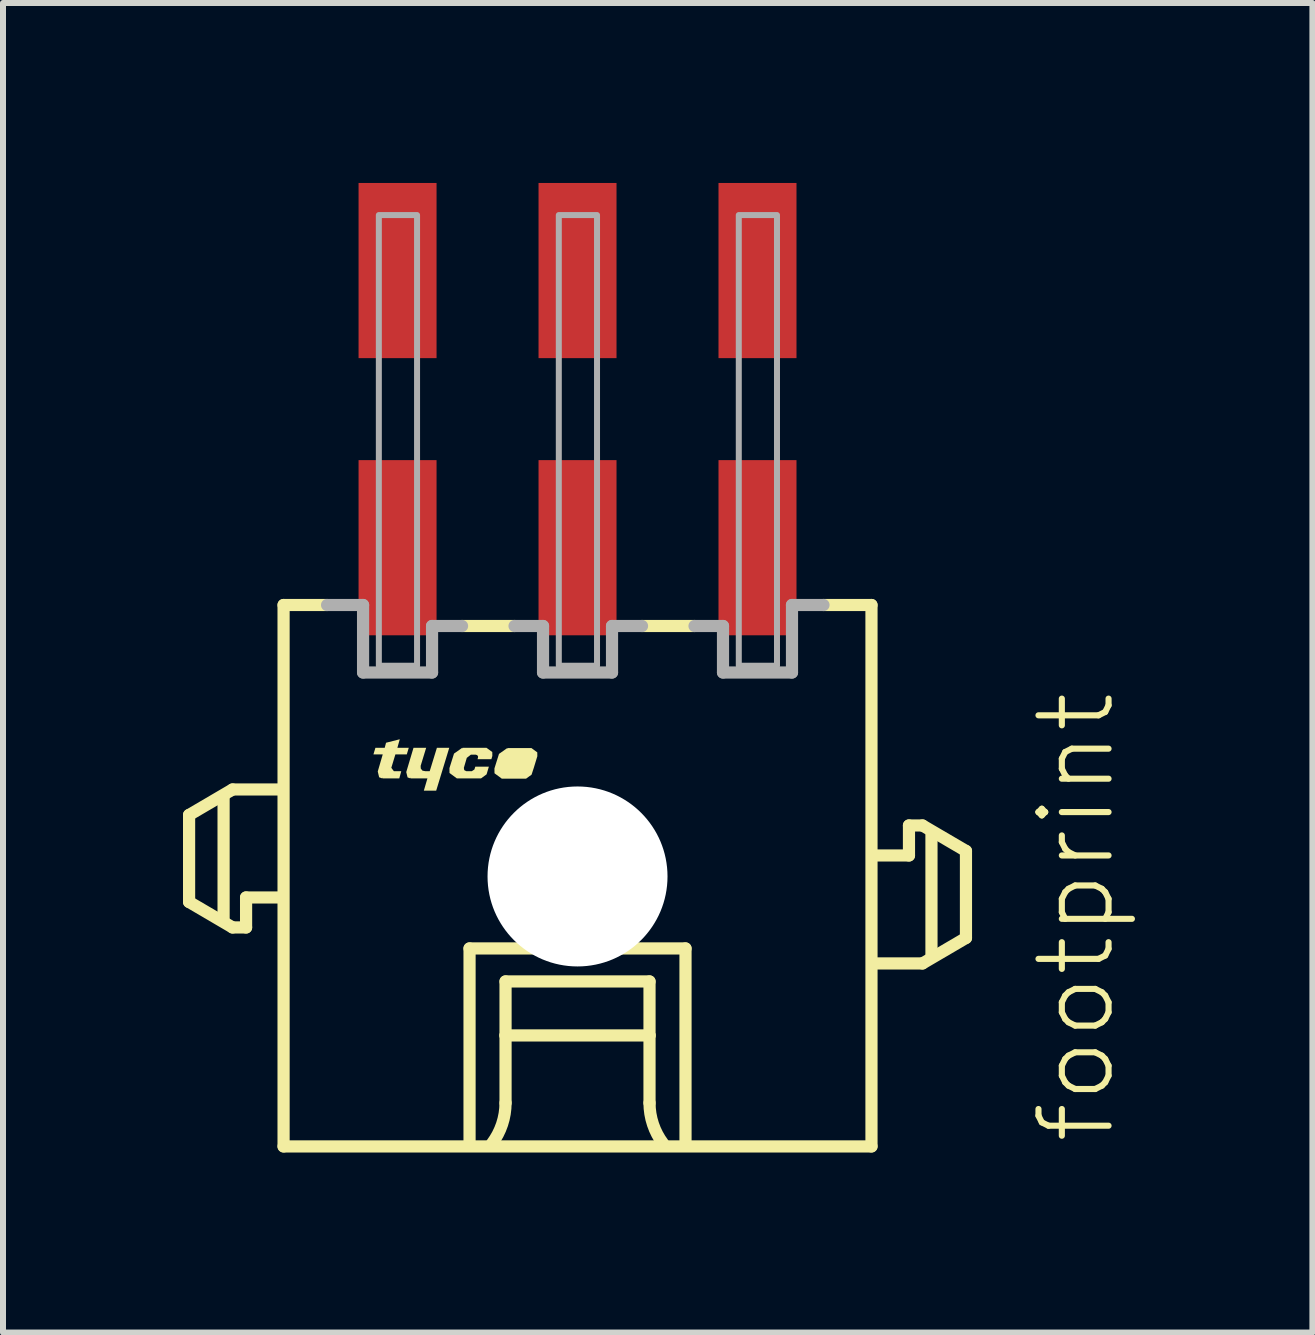
<source format=kicad_pcb>
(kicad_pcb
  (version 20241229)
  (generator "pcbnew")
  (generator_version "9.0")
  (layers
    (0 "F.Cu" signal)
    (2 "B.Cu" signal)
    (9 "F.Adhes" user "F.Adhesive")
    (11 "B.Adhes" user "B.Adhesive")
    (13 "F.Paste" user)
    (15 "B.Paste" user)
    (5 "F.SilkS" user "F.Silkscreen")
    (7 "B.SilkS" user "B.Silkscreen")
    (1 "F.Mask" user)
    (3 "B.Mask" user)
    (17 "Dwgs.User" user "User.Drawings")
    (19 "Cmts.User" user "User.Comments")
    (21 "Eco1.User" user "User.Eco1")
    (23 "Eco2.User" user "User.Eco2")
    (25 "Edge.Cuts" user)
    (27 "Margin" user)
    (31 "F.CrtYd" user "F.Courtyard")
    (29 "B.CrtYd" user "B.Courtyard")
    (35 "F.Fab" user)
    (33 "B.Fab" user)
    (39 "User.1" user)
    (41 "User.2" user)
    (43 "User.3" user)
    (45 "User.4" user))
  (footprint "footprint"
    (layer "F.Cu")
    (at 6.577 11.56)
    (property "Reference" "footprint" (at 9 4.5 90) (layer "F.SilkS") (effects (font (size 1.168 1.168) (thickness 0.102)) (justify left bottom)))
    (fp_line (start -6.475 -1.025) (end -6.475 0.425) (stroke (width 0.203) (type solid)) (layer "F.SilkS"))
    (fp_line (start -6.475 0.425) (end -5.75 0.85) (stroke (width 0.203) (type solid)) (layer "F.SilkS"))
    (fp_line (start -5.9 0.7) (end -5.9 -1.3) (stroke (width 0.203) (type solid)) (layer "F.SilkS"))
    (fp_line (start -5.75 -1.45) (end -6.475 -1.025) (stroke (width 0.203) (type solid)) (layer "F.SilkS"))
    (fp_line (start -5.75 0.85) (end -5.525 0.85) (stroke (width 0.203) (type solid)) (layer "F.SilkS"))
    (fp_line (start -5.525 0.35) (end -5 0.35) (stroke (width 0.203) (type solid)) (layer "F.SilkS"))
    (fp_line (start -5.525 0.85) (end -5.525 0.35) (stroke (width 0.203) (type solid)) (layer "F.SilkS"))
    (fp_line (start -5 -1.45) (end -5.75 -1.45) (stroke (width 0.203) (type solid)) (layer "F.SilkS"))
    (fp_line (start -4.9 -4.525) (end -4.9 4.5) (stroke (width 0.203) (type solid)) (layer "F.SilkS"))
    (fp_line (start -4.9 -4.525) (end -4.175 -4.525) (stroke (width 0.203) (type solid)) (layer "F.SilkS"))
    (fp_line (start -4.9 4.5) (end 4.9 4.5) (stroke (width 0.203) (type solid)) (layer "F.SilkS"))
    (fp_line (start -1.8 1.2) (end 1.8 1.2) (stroke (width 0.203) (type solid)) (layer "F.SilkS"))
    (fp_line (start -1.8 4.4) (end -1.8 1.2) (stroke (width 0.203) (type solid)) (layer "F.SilkS"))
    (fp_line (start -1.2 1.75) (end -1.2 2.65) (stroke (width 0.203) (type solid)) (layer "F.SilkS"))
    (fp_line (start -1.2 2.65) (end -1.2 3.775) (stroke (width 0.203) (type solid)) (layer "F.SilkS"))
    (fp_line (start -1.2 2.65) (end 1.2 2.65) (stroke (width 0.203) (type solid)) (layer "F.SilkS"))
    (fp_line (start -1.05 -4.175) (end -1.925 -4.175) (stroke (width 0.203) (type solid)) (layer "F.SilkS"))
    (fp_line (start 1.2 1.75) (end -1.2 1.75) (stroke (width 0.203) (type solid)) (layer "F.SilkS"))
    (fp_line (start 1.2 2.65) (end 1.2 1.75) (stroke (width 0.203) (type solid)) (layer "F.SilkS"))
    (fp_line (start 1.2 2.65) (end 1.2 3.775) (stroke (width 0.203) (type solid)) (layer "F.SilkS"))
    (fp_line (start 1.8 1.2) (end 1.8 4.4) (stroke (width 0.203) (type solid)) (layer "F.SilkS"))
    (fp_line (start 1.95 -4.175) (end 1.075 -4.175) (stroke (width 0.203) (type solid)) (layer "F.SilkS"))
    (fp_line (start 4.9 -4.525) (end 4.1 -4.525) (stroke (width 0.203) (type solid)) (layer "F.SilkS"))
    (fp_line (start 4.9 4.5) (end 4.9 -4.525) (stroke (width 0.203) (type solid)) (layer "F.SilkS"))
    (fp_line (start 5 1.45) (end 5.75 1.45) (stroke (width 0.203) (type solid)) (layer "F.SilkS"))
    (fp_line (start 5.525 -0.85) (end 5.525 -0.35) (stroke (width 0.203) (type solid)) (layer "F.SilkS"))
    (fp_line (start 5.525 -0.35) (end 5 -0.35) (stroke (width 0.203) (type solid)) (layer "F.SilkS"))
    (fp_line (start 5.75 -0.85) (end 5.525 -0.85) (stroke (width 0.203) (type solid)) (layer "F.SilkS"))
    (fp_line (start 5.75 1.45) (end 6.475 1.025) (stroke (width 0.203) (type solid)) (layer "F.SilkS"))
    (fp_line (start 5.9 1.3) (end 5.9 -0.7) (stroke (width 0.203) (type solid)) (layer "F.SilkS"))
    (fp_line (start 6.475 -0.425) (end 5.75 -0.85) (stroke (width 0.203) (type solid)) (layer "F.SilkS"))
    (fp_line (start 6.475 1.025) (end 6.475 -0.425) (stroke (width 0.203) (type solid)) (layer "F.SilkS"))
    (fp_arc (start -1.2 3.775) (mid -1.257731 4.130756) (end -1.425 4.449999) (stroke (width 0.2032) (type solid)) (layer "F.SilkS"))
    (fp_arc (start 1.425 4.449999) (mid 1.257732 4.130756) (end 1.2 3.775) (stroke (width 0.2032) (type solid)) (layer "F.SilkS"))
    (fp_poly (pts (xy -2.615 -1.844) (xy -2.613 -1.799) (xy -2.585 -1.764) (xy -2.539 -1.755) (xy -2.464 -1.755) (xy -2.344 -2.145) (xy -2.138 -2.145) (xy -2.356 -1.43) (xy -2.562 -1.43) (xy -2.502 -1.635) (xy -2.78 -1.635) (xy -2.78 -1.645) (xy -2.785 -1.645) (xy -2.785 -1.64) (xy -2.787 -1.635) (xy -2.833 -1.651) (xy -2.855 -1.74) (xy -2.734 -2.145) (xy -2.523 -2.145)) (stroke (width 0) (type solid)) (fill yes) (layer "F.SilkS"))
    (fp_poly (pts (xy -3.003 -2.145) (xy -2.813 -2.145) (xy -2.846 -2.035) (xy -3.036 -2.035) (xy -3.104 -1.811) (xy -3.062 -1.755) (xy -2.938 -1.755) (xy -2.971 -1.635) (xy -3.25 -1.635) (xy -3.25 -1.645) (xy -3.255 -1.645) (xy -3.255 -1.64) (xy -3.257 -1.635) (xy -3.307 -1.653) (xy -3.33 -1.75) (xy -3.247 -2.035) (xy -3.402 -2.035) (xy -3.369 -2.145) (xy -3.214 -2.145) (xy -3.192 -2.229) (xy -2.963 -2.287)) (stroke (width 0) (type solid)) (fill yes) (layer "F.SilkS"))
    (fp_poly (pts (xy -0.671 -2.069) (xy -0.67 -2.005) (xy -0.67 -2.004) (xy -0.723 -1.83) (xy -0.723 -1.83) (xy -0.725 -1.823) (xy -0.726 -1.82) (xy -0.726 -1.82) (xy -0.766 -1.697) (xy -0.858 -1.63) (xy -1.262 -1.63) (xy -1.384 -1.72) (xy -1.385 -1.8) (xy -1.385 -1.801) (xy -1.309 -2.043) (xy -1.173 -2.139) (xy -1.17 -2.135) (xy -1.17 -2.13) (xy -1.165 -2.13) (xy -1.165 -2.14) (xy -0.768 -2.14)) (stroke (width 0) (type solid)) (fill yes) (layer "F.SilkS"))
    (fp_poly (pts (xy -1.421 -2.074) (xy -1.42 -2.01) (xy -1.42 -2.009) (xy -1.436 -1.955) (xy -1.667 -1.955) (xy -1.66 -1.976) (xy -1.658 -2.001) (xy -1.672 -2.022) (xy -1.696 -2.03) (xy -1.778 -2.03) (xy -1.846 -1.977) (xy -1.895 -1.81) (xy -1.888 -1.772) (xy -1.854 -1.755) (xy -1.762 -1.755) (xy -1.719 -1.783) (xy -1.704 -1.83) (xy -1.478 -1.83) (xy -1.516 -1.702) (xy -1.608 -1.635) (xy -2.012 -1.635) (xy -2.134 -1.725) (xy -2.135 -1.805) (xy -2.135 -1.806) (xy -2.059 -2.048) (xy -1.923 -2.144) (xy -1.92 -2.14) (xy -1.92 -2.135) (xy -1.915 -2.135) (xy -1.915 -2.145) (xy -1.518 -2.145)) (stroke (width 0) (type solid)) (fill yes) (layer "F.SilkS"))
    (fp_line (start -3.575 -4.525) (end -4.175 -4.525) (stroke (width 0.203) (type solid)) (layer "F.Fab"))
    (fp_line (start -3.575 -3.4) (end -3.575 -4.525) (stroke (width 0.203) (type solid)) (layer "F.Fab"))
    (fp_line (start -2.425 -4.175) (end -2.425 -3.4) (stroke (width 0.203) (type solid)) (layer "F.Fab"))
    (fp_line (start -2.425 -3.4) (end -3.575 -3.4) (stroke (width 0.203) (type solid)) (layer "F.Fab"))
    (fp_line (start -1.925 -4.175) (end -2.425 -4.175) (stroke (width 0.203) (type solid)) (layer "F.Fab"))
    (fp_line (start -0.575 -4.175) (end -1.05 -4.175) (stroke (width 0.203) (type solid)) (layer "F.Fab"))
    (fp_line (start -0.575 -3.4) (end -0.575 -4.175) (stroke (width 0.203) (type solid)) (layer "F.Fab"))
    (fp_line (start 0.575 -4.175) (end 0.575 -3.4) (stroke (width 0.203) (type solid)) (layer "F.Fab"))
    (fp_line (start 0.575 -3.4) (end -0.575 -3.4) (stroke (width 0.203) (type solid)) (layer "F.Fab"))
    (fp_line (start 1.075 -4.175) (end 0.575 -4.175) (stroke (width 0.203) (type solid)) (layer "F.Fab"))
    (fp_line (start 2.425 -4.175) (end 1.95 -4.175) (stroke (width 0.203) (type solid)) (layer "F.Fab"))
    (fp_line (start 2.425 -3.4) (end 2.425 -4.175) (stroke (width 0.203) (type solid)) (layer "F.Fab"))
    (fp_line (start 3.575 -4.525) (end 3.575 -3.4) (stroke (width 0.203) (type solid)) (layer "F.Fab"))
    (fp_line (start 3.575 -3.4) (end 2.425 -3.4) (stroke (width 0.203) (type solid)) (layer "F.Fab"))
    (fp_line (start 4.1 -4.525) (end 3.575 -4.525) (stroke (width 0.203) (type solid)) (layer "F.Fab"))
    (fp_poly (pts (xy -3.312 -3.513) (xy -2.675 -3.513) (xy -2.675 -11.025) (xy -3.312 -11.025)) (stroke (width 0.1) (type solid)) (fill no) (layer "F.Fab"))
    (fp_poly (pts (xy -0.312 -3.513) (xy 0.325 -3.513) (xy 0.325 -11.025) (xy -0.312 -11.025)) (stroke (width 0.1) (type solid)) (fill no) (layer "F.Fab"))
    (fp_poly (pts (xy 2.688 -3.513) (xy 3.325 -3.513) (xy 3.325 -11.025) (xy 2.688 -11.025)) (stroke (width 0.1) (type solid)) (fill no) (layer "F.Fab"))
    (pad "" np_thru_hole circle (at 0 0) (size 3 3) (drill 3) (layers "*.Cu" "*.Mask"))
    (pad "1" smd rect (at 3 -10.1) (size 1.3 2.92) (layers "F.Cu" "F.Mask" "F.Paste"))
    (pad "2" smd rect (at 3 -5.48) (size 1.3 2.92) (layers "F.Cu" "F.Mask" "F.Paste"))
    (pad "3" smd rect (at 0 -10.1) (size 1.3 2.92) (layers "F.Cu" "F.Mask" "F.Paste"))
    (pad "4" smd rect (at 0 -5.48) (size 1.3 2.92) (layers "F.Cu" "F.Mask" "F.Paste"))
    (pad "5" smd rect (at -3 -10.1) (size 1.3 2.92) (layers "F.Cu" "F.Mask" "F.Paste"))
    (pad "6" smd rect (at -3 -5.48) (size 1.3 2.92) (layers "F.Cu" "F.Mask" "F.Paste")))
  (gr_rect
    (start -3 -3)
    (end 18.827 19.162)
    (stroke (width 0.1) (type default))
    (fill no)
    (layer "Edge.Cuts")))
</source>
